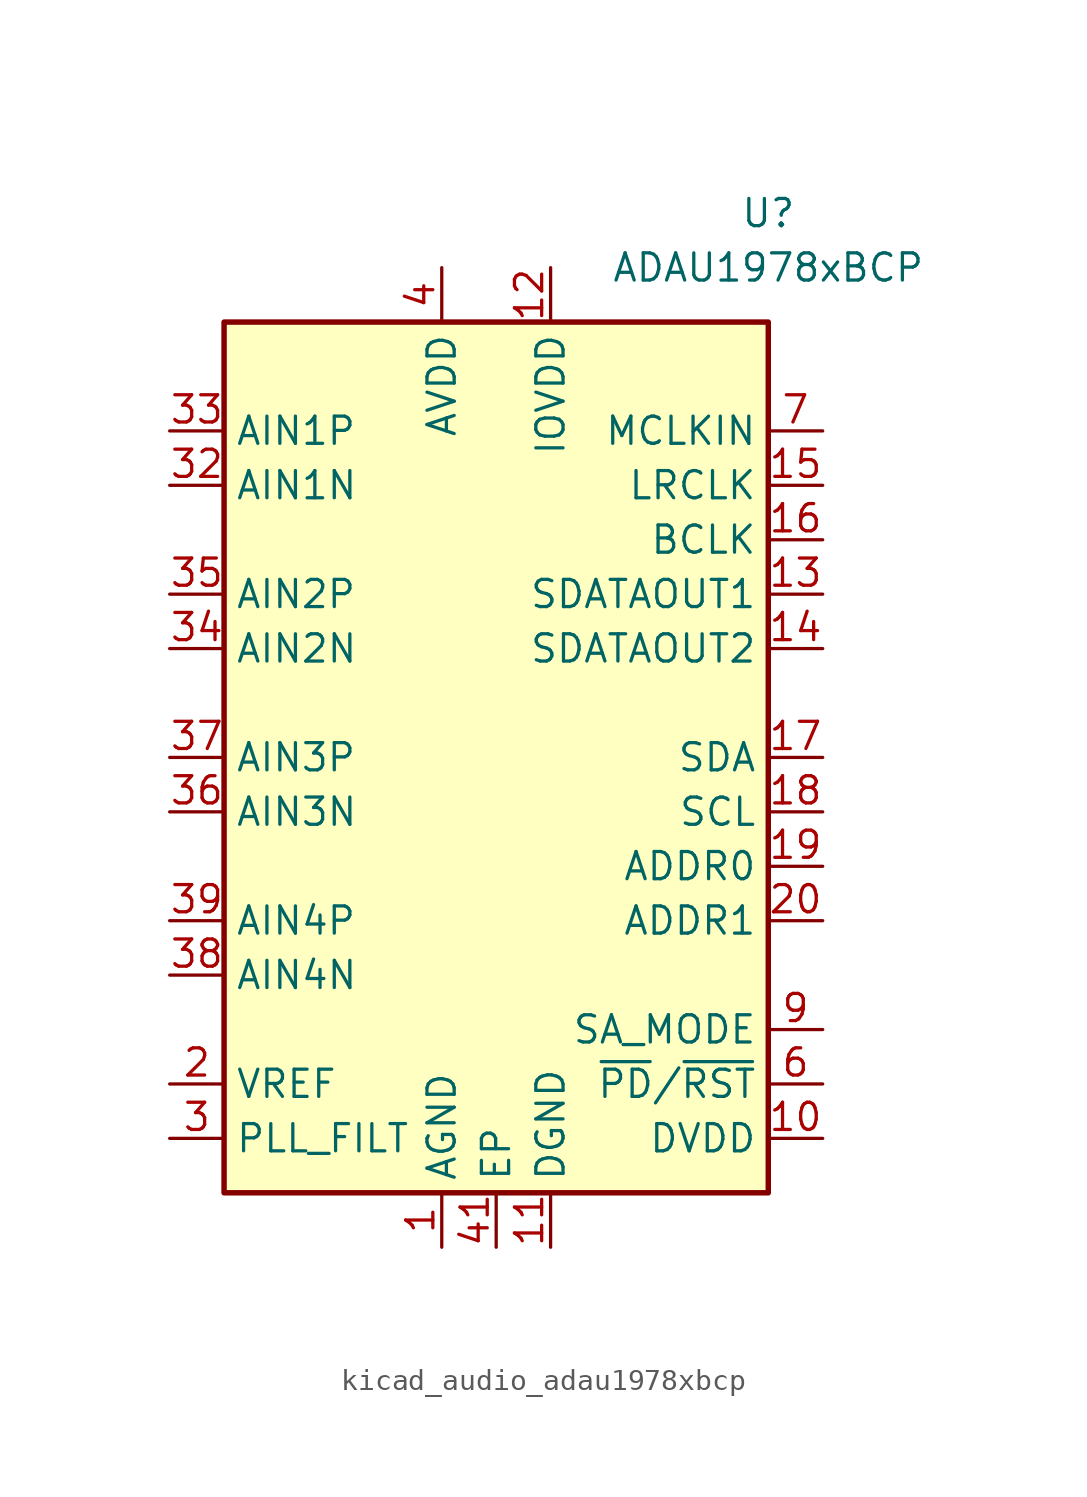
<source format=kicad_sym>
(kicad_symbol_lib
  (version 20220914)
  (generator kicad_symbol_editor)
  (symbol "kicad_audio_adau1978xbcp"
    (property "Reference" "U"
      (at 12.7 25.4 0)
      (effects (font (size 1.27 1.27))))
    (property "Value" "ADAU1978xBCP"
      (at 12.7 22.86 0)
      (effects (font (size 1.27 1.27))))
    (symbol "kicad_audio_adau1978xbcp_0_1"
      (rectangle (start -12.7 20.32) (end 12.7 -20.32) (stroke (width 0.254) (type default)) (fill (type background))))
    (symbol "kicad_audio_adau1978xbcp_1_1"
      (pin power_in line (at -2.54 -22.86 90) (length 2.54) (name "AGND" (effects (font (size 1.27 1.27)))) (number "1" (effects (font (size 1.27 1.27)))))
      (pin power_out line (at 15.24 -17.78 180) (length 2.54) (name "DVDD" (effects (font (size 1.27 1.27)))) (number "10" (effects (font (size 1.27 1.27)))))
      (pin power_in line (at 2.54 -22.86 90) (length 2.54) (name "DGND" (effects (font (size 1.27 1.27)))) (number "11" (effects (font (size 1.27 1.27)))))
      (pin power_in line (at 2.54 22.86 270) (length 2.54) (name "IOVDD" (effects (font (size 1.27 1.27)))) (number "12" (effects (font (size 1.27 1.27)))))
      (pin output line (at 15.24 7.62 180) (length 2.54) (name "SDATAOUT1" (effects (font (size 1.27 1.27)))) (number "13" (effects (font (size 1.27 1.27)))))
      (pin output line (at 15.24 5.08 180) (length 2.54) (name "SDATAOUT2" (effects (font (size 1.27 1.27)))) (number "14" (effects (font (size 1.27 1.27)))))
      (pin bidirectional line (at 15.24 12.7 180) (length 2.54) (name "LRCLK" (effects (font (size 1.27 1.27)))) (number "15" (effects (font (size 1.27 1.27)))))
      (pin bidirectional line (at 15.24 10.16 180) (length 2.54) (name "BCLK" (effects (font (size 1.27 1.27)))) (number "16" (effects (font (size 1.27 1.27)))))
      (pin bidirectional line (at 15.24 0 180) (length 2.54) (name "SDA" (effects (font (size 1.27 1.27)))) (number "17" (effects (font (size 1.27 1.27)))) (alternate "COUT" output line))
      (pin input line (at 15.24 -2.54 180) (length 2.54) (name "SCL" (effects (font (size 1.27 1.27)))) (number "18" (effects (font (size 1.27 1.27)))) (alternate "CCLK" input line))
      (pin input line (at 15.24 -5.08 180) (length 2.54) (name "ADDR0" (effects (font (size 1.27 1.27)))) (number "19" (effects (font (size 1.27 1.27)))) (alternate "~{CLATCH}" input line))
      (pin output line (at -15.24 -15.24 0) (length 2.54) (name "VREF" (effects (font (size 1.27 1.27)))) (number "2" (effects (font (size 1.27 1.27)))))
      (pin input line (at 15.24 -7.62 180) (length 2.54) (name "ADDR1" (effects (font (size 1.27 1.27)))) (number "20" (effects (font (size 1.27 1.27)))) (alternate "CIN" input line))
      (pin passive line (at -2.54 -22.86 90) (length 2.54) hide (name "AGND" (effects (font (size 1.27 1.27)))) (number "21" (effects (font (size 1.27 1.27)))))
      (pin passive line (at -2.54 -22.86 90) (length 2.54) hide (name "AGND" (effects (font (size 1.27 1.27)))) (number "22" (effects (font (size 1.27 1.27)))))
      (pin no_connect line (at -10.16 -20.32 90) (length 2.54) hide (name "NC" (effects (font (size 1.27 1.27)))) (number "23" (effects (font (size 1.27 1.27)))))
      (pin no_connect line (at -7.62 -20.32 90) (length 2.54) hide (name "NC" (effects (font (size 1.27 1.27)))) (number "24" (effects (font (size 1.27 1.27)))))
      (pin no_connect line (at -5.08 -20.32 90) (length 2.54) hide (name "NC" (effects (font (size 1.27 1.27)))) (number "25" (effects (font (size 1.27 1.27)))))
      (pin no_connect line (at 5.08 -20.32 90) (length 2.54) hide (name "NC" (effects (font (size 1.27 1.27)))) (number "26" (effects (font (size 1.27 1.27)))))
      (pin no_connect line (at 7.62 -20.32 90) (length 2.54) hide (name "NC" (effects (font (size 1.27 1.27)))) (number "27" (effects (font (size 1.27 1.27)))))
      (pin passive line (at -2.54 -22.86 90) (length 2.54) hide (name "AGND" (effects (font (size 1.27 1.27)))) (number "28" (effects (font (size 1.27 1.27)))))
      (pin passive line (at -2.54 -22.86 90) (length 2.54) hide (name "AGND" (effects (font (size 1.27 1.27)))) (number "29" (effects (font (size 1.27 1.27)))))
      (pin output line (at -15.24 -17.78 0) (length 2.54) (name "PLL_FILT" (effects (font (size 1.27 1.27)))) (number "3" (effects (font (size 1.27 1.27)))))
      (pin no_connect line (at 10.16 -20.32 90) (length 2.54) hide (name "NC" (effects (font (size 1.27 1.27)))) (number "30" (effects (font (size 1.27 1.27)))))
      (pin passive line (at -2.54 22.86 270) (length 2.54) hide (name "AVDD" (effects (font (size 1.27 1.27)))) (number "31" (effects (font (size 1.27 1.27)))))
      (pin input line (at -15.24 12.7 0) (length 2.54) (name "AIN1N" (effects (font (size 1.27 1.27)))) (number "32" (effects (font (size 1.27 1.27)))))
      (pin input line (at -15.24 15.24 0) (length 2.54) (name "AIN1P" (effects (font (size 1.27 1.27)))) (number "33" (effects (font (size 1.27 1.27)))))
      (pin input line (at -15.24 5.08 0) (length 2.54) (name "AIN2N" (effects (font (size 1.27 1.27)))) (number "34" (effects (font (size 1.27 1.27)))))
      (pin input line (at -15.24 7.62 0) (length 2.54) (name "AIN2P" (effects (font (size 1.27 1.27)))) (number "35" (effects (font (size 1.27 1.27)))))
      (pin input line (at -15.24 -2.54 0) (length 2.54) (name "AIN3N" (effects (font (size 1.27 1.27)))) (number "36" (effects (font (size 1.27 1.27)))))
      (pin input line (at -15.24 0 0) (length 2.54) (name "AIN3P" (effects (font (size 1.27 1.27)))) (number "37" (effects (font (size 1.27 1.27)))))
      (pin input line (at -15.24 -10.16 0) (length 2.54) (name "AIN4N" (effects (font (size 1.27 1.27)))) (number "38" (effects (font (size 1.27 1.27)))))
      (pin input line (at -15.24 -7.62 0) (length 2.54) (name "AIN4P" (effects (font (size 1.27 1.27)))) (number "39" (effects (font (size 1.27 1.27)))))
      (pin power_in line (at -2.54 22.86 270) (length 2.54) (name "AVDD" (effects (font (size 1.27 1.27)))) (number "4" (effects (font (size 1.27 1.27)))))
      (pin passive line (at -2.54 22.86 270) (length 2.54) hide (name "AVDD" (effects (font (size 1.27 1.27)))) (number "40" (effects (font (size 1.27 1.27)))))
      (pin power_in line (at 0 -22.86 90) (length 2.54) (name "EP" (effects (font (size 1.27 1.27)))) (number "41" (effects (font (size 1.27 1.27)))))
      (pin passive line (at -2.54 -22.86 90) (length 2.54) hide (name "AGND" (effects (font (size 1.27 1.27)))) (number "5" (effects (font (size 1.27 1.27)))))
      (pin input line (at 15.24 -15.24 180) (length 2.54) (name "~{PD}/~{RST}" (effects (font (size 1.27 1.27)))) (number "6" (effects (font (size 1.27 1.27)))))
      (pin input line (at 15.24 15.24 180) (length 2.54) (name "MCLKIN" (effects (font (size 1.27 1.27)))) (number "7" (effects (font (size 1.27 1.27)))))
      (pin no_connect line (at 12.7 17.78 180) (length 2.54) hide (name "NC" (effects (font (size 1.27 1.27)))) (number "8" (effects (font (size 1.27 1.27)))))
      (pin input line (at 15.24 -12.7 180) (length 2.54) (name "SA_MODE" (effects (font (size 1.27 1.27)))) (number "9" (effects (font (size 1.27 1.27))))))))
</source>
